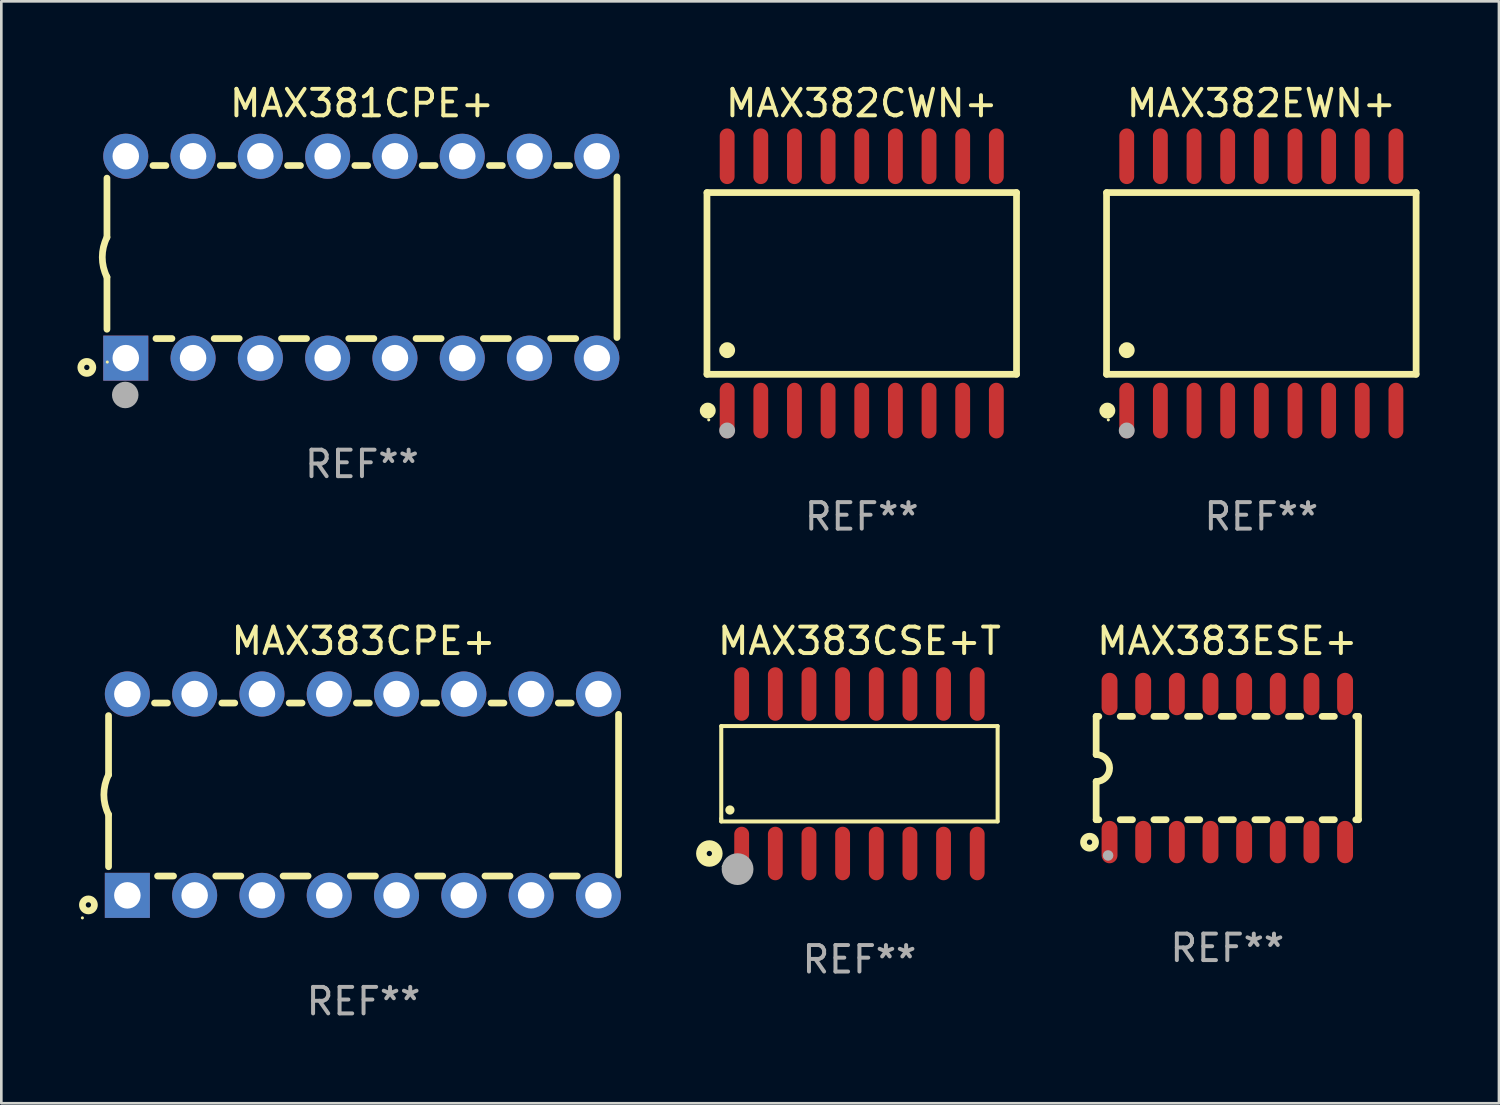
<source format=kicad_pcb>
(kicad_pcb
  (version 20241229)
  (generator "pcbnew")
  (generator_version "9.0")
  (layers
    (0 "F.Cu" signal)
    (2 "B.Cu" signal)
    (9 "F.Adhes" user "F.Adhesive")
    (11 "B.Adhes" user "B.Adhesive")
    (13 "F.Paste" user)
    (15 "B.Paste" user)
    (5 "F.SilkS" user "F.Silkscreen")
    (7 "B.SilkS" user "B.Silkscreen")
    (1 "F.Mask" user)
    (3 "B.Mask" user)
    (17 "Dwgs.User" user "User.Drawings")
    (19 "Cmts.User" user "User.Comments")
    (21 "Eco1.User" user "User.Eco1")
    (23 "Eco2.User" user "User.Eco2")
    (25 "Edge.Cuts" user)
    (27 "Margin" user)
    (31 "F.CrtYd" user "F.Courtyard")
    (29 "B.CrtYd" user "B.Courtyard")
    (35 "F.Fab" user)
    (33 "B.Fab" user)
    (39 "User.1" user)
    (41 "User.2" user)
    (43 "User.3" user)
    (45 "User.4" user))
  (footprint "MAX383CPE+"
    (layer "F.Cu")
    (at 10.672 26.945)
    (property "Reference" "MAX383CPE+" (at 0 -5.8 0) (layer "F.SilkS") (effects (font (size 1 1) (thickness 0.15))))
    (attr through_hole)
    (fp_line (start -9.625 -0.75) (end -9.625 -2.985) (stroke (width 0.254) (type solid)) (layer "F.SilkS"))
    (fp_line (start -9.625 0.749) (end -9.625 2.719) (stroke (width 0.254) (type solid)) (layer "F.SilkS"))
    (fp_line (start -7.889 -3.46) (end -7.401 -3.46) (stroke (width 0.254) (type solid)) (layer "F.SilkS"))
    (fp_line (start -7.775 3.07) (end -7.172 3.07) (stroke (width 0.254) (type solid)) (layer "F.SilkS"))
    (fp_line (start -5.578 3.07) (end -4.632 3.07) (stroke (width 0.254) (type solid)) (layer "F.SilkS"))
    (fp_line (start -5.349 -3.46) (end -4.861 -3.46) (stroke (width 0.254) (type solid)) (layer "F.SilkS"))
    (fp_line (start -3.038 3.07) (end -2.092 3.07) (stroke (width 0.254) (type solid)) (layer "F.SilkS"))
    (fp_line (start -2.809 -3.46) (end -2.321 -3.46) (stroke (width 0.254) (type solid)) (layer "F.SilkS"))
    (fp_line (start -0.498 3.07) (end 0.448 3.07) (stroke (width 0.254) (type solid)) (layer "F.SilkS"))
    (fp_line (start -0.269 -3.46) (end 0.219 -3.46) (stroke (width 0.254) (type solid)) (layer "F.SilkS"))
    (fp_line (start 2.042 3.07) (end 2.988 3.07) (stroke (width 0.254) (type solid)) (layer "F.SilkS"))
    (fp_line (start 2.271 -3.46) (end 2.759 -3.46) (stroke (width 0.254) (type solid)) (layer "F.SilkS"))
    (fp_line (start 4.582 3.07) (end 5.528 3.07) (stroke (width 0.254) (type solid)) (layer "F.SilkS"))
    (fp_line (start 4.811 -3.46) (end 5.299 -3.46) (stroke (width 0.254) (type solid)) (layer "F.SilkS"))
    (fp_line (start 7.122 3.07) (end 8.068 3.07) (stroke (width 0.254) (type solid)) (layer "F.SilkS"))
    (fp_line (start 7.351 -3.46) (end 7.839 -3.46) (stroke (width 0.254) (type solid)) (layer "F.SilkS"))
    (fp_line (start 9.625 3.032) (end 9.625 -3.032) (stroke (width 0.254) (type solid)) (layer "F.SilkS"))
    (fp_arc (start -9.62498 0.748819) (mid -9.801899 -0.000581) (end -9.625006 -0.749987) (stroke (width 0.254001) (type solid)) (layer "F.SilkS"))
    (fp_circle (center -10.612 4.65) (end -10.582 4.65) (stroke (width 0.06) (type solid)) (fill no) (layer "F.SilkS"))
    (fp_circle (center -10.385 4.16) (end -10.285 4.16) (stroke (width 0.254) (type solid)) (fill no) (layer "F.SilkS"))
    (fp_text user "REF**" (at 0 7.8 0) (layer "F.Fab") (effects (font (size 1 1) (thickness 0.15))))
    (pad "1" thru_hole rect (at -8.915 3.8 90) (size 1.7 1.7) (drill 1) (layers "*.Cu" "*.Mask"))
    (pad "2" thru_hole circle (at -6.375 3.8) (size 1.7 1.7) (drill 1) (layers "*.Cu" "*.Mask"))
    (pad "3" thru_hole circle (at -3.835 3.8) (size 1.7 1.7) (drill 1) (layers "*.Cu" "*.Mask"))
    (pad "4" thru_hole circle (at -1.295 3.8) (size 1.7 1.7) (drill 1) (layers "*.Cu" "*.Mask"))
    (pad "5" thru_hole circle (at 1.245 3.8) (size 1.7 1.7) (drill 1) (layers "*.Cu" "*.Mask"))
    (pad "6" thru_hole circle (at 3.785 3.8) (size 1.7 1.7) (drill 1) (layers "*.Cu" "*.Mask"))
    (pad "7" thru_hole circle (at 6.325 3.8) (size 1.7 1.7) (drill 1) (layers "*.Cu" "*.Mask"))
    (pad "8" thru_hole circle (at 8.865 3.8) (size 1.7 1.7) (drill 1) (layers "*.Cu" "*.Mask"))
    (pad "9" thru_hole circle (at 8.865 -3.8) (size 1.7 1.7) (drill 1) (layers "*.Cu" "*.Mask"))
    (pad "10" thru_hole circle (at 6.325 -3.8) (size 1.7 1.7) (drill 1) (layers "*.Cu" "*.Mask"))
    (pad "11" thru_hole circle (at 3.785 -3.8) (size 1.7 1.7) (drill 1) (layers "*.Cu" "*.Mask"))
    (pad "12" thru_hole circle (at 1.245 -3.8) (size 1.7 1.7) (drill 1) (layers "*.Cu" "*.Mask"))
    (pad "13" thru_hole circle (at -1.295 -3.8) (size 1.7 1.7) (drill 1) (layers "*.Cu" "*.Mask"))
    (pad "14" thru_hole circle (at -3.835 -3.8) (size 1.7 1.7) (drill 1) (layers "*.Cu" "*.Mask"))
    (pad "15" thru_hole circle (at -6.375 -3.8) (size 1.7 1.7) (drill 1) (layers "*.Cu" "*.Mask"))
    (pad "16" thru_hole circle (at -8.915 -3.8) (size 1.7 1.7) (drill 1) (layers "*.Cu" "*.Mask")))
  (footprint "MAX382EWN+"
    (layer "F.Cu")
    (at 44.558 7.648)
    (property "Reference" "MAX382EWN+" (at 0 -6.8 0) (layer "F.SilkS") (effects (font (size 1 1) (thickness 0.15))))
    (attr through_hole)
    (fp_line (start -5.842 -3.429) (end -5.842 3.429) (stroke (width 0.254) (type solid)) (layer "F.SilkS"))
    (fp_line (start -5.842 3.429) (end 5.842 3.429) (stroke (width 0.254) (type solid)) (layer "F.SilkS"))
    (fp_line (start 5.842 -3.429) (end -5.842 -3.429) (stroke (width 0.254) (type solid)) (layer "F.SilkS"))
    (fp_line (start 5.842 3.429) (end 5.842 -3.429) (stroke (width 0.254) (type solid)) (layer "F.SilkS"))
    (fp_circle (center -5.812 4.8) (end -5.662 4.8) (stroke (width 0.3) (type solid)) (fill no) (layer "F.SilkS"))
    (fp_circle (center -5.775 5.15) (end -5.745 5.15) (stroke (width 0.06) (type solid)) (fill no) (layer "F.SilkS"))
    (fp_circle (center -5.08 2.519) (end -4.93 2.519) (stroke (width 0.3) (type solid)) (fill no) (layer "F.SilkS"))
    (fp_circle (center -5.08 5.55) (end -4.93 5.55) (stroke (width 0.3) (type solid)) (fill no) (layer "F.Fab"))
    (fp_text user "REF**" (at 0 8.8 0) (layer "F.Fab") (effects (font (size 1 1) (thickness 0.15))))
    (pad "1" smd oval (at -5.08 4.8) (size 0.56 2.1) (layers "F.Cu" "F.Mask" "F.Paste"))
    (pad "2" smd oval (at -3.81 4.8) (size 0.56 2.1) (layers "F.Cu" "F.Mask" "F.Paste"))
    (pad "3" smd oval (at -2.54 4.8) (size 0.56 2.1) (layers "F.Cu" "F.Mask" "F.Paste"))
    (pad "4" smd oval (at -1.27 4.8) (size 0.56 2.1) (layers "F.Cu" "F.Mask" "F.Paste"))
    (pad "5" smd oval (at 0 4.8) (size 0.56 2.1) (layers "F.Cu" "F.Mask" "F.Paste"))
    (pad "6" smd oval (at 1.27 4.8) (size 0.56 2.1) (layers "F.Cu" "F.Mask" "F.Paste"))
    (pad "7" smd oval (at 2.54 4.8) (size 0.56 2.1) (layers "F.Cu" "F.Mask" "F.Paste"))
    (pad "8" smd oval (at 3.81 4.8) (size 0.56 2.1) (layers "F.Cu" "F.Mask" "F.Paste"))
    (pad "9" smd oval (at 5.08 4.8) (size 0.56 2.1) (layers "F.Cu" "F.Mask" "F.Paste"))
    (pad "10" smd oval (at 5.08 -4.8) (size 0.56 2.1) (layers "F.Cu" "F.Mask" "F.Paste"))
    (pad "11" smd oval (at 3.81 -4.8) (size 0.56 2.1) (layers "F.Cu" "F.Mask" "F.Paste"))
    (pad "12" smd oval (at 2.54 -4.8) (size 0.56 2.1) (layers "F.Cu" "F.Mask" "F.Paste"))
    (pad "13" smd oval (at 1.27 -4.8) (size 0.56 2.1) (layers "F.Cu" "F.Mask" "F.Paste"))
    (pad "14" smd oval (at 0 -4.8) (size 0.56 2.1) (layers "F.Cu" "F.Mask" "F.Paste"))
    (pad "15" smd oval (at -1.27 -4.8) (size 0.56 2.1) (layers "F.Cu" "F.Mask" "F.Paste"))
    (pad "16" smd oval (at -2.54 -4.8) (size 0.56 2.1) (layers "F.Cu" "F.Mask" "F.Paste"))
    (pad "17" smd oval (at -3.81 -4.8) (size 0.56 2.1) (layers "F.Cu" "F.Mask" "F.Paste"))
    (pad "18" smd oval (at -5.08 -4.8) (size 0.56 2.1) (layers "F.Cu" "F.Mask" "F.Paste")))
  (footprint "MAX383ESE+"
    (layer "F.Cu")
    (at 43.274 25.939)
    (property "Reference" "MAX383ESE+" (at 0 -4.794 0) (layer "F.SilkS") (effects (font (size 1 1) (thickness 0.15))))
    (attr through_hole)
    (fp_line (start -4.95 -1.95) (end -4.95 -0.508) (stroke (width 0.254) (type solid)) (layer "F.SilkS"))
    (fp_line (start -4.95 -1.95) (end -4.849 -1.95) (stroke (width 0.254) (type solid)) (layer "F.SilkS"))
    (fp_line (start -4.95 1.95) (end -4.95 0.508) (stroke (width 0.254) (type solid)) (layer "F.SilkS"))
    (fp_line (start -4.95 1.95) (end -4.849 1.95) (stroke (width 0.254) (type solid)) (layer "F.SilkS"))
    (fp_line (start -4.041 -1.95) (end -3.579 -1.95) (stroke (width 0.254) (type solid)) (layer "F.SilkS"))
    (fp_line (start -4.041 1.95) (end -3.579 1.95) (stroke (width 0.254) (type solid)) (layer "F.SilkS"))
    (fp_line (start -2.771 -1.95) (end -2.309 -1.95) (stroke (width 0.254) (type solid)) (layer "F.SilkS"))
    (fp_line (start -2.771 1.95) (end -2.309 1.95) (stroke (width 0.254) (type solid)) (layer "F.SilkS"))
    (fp_line (start -1.501 -1.95) (end -1.039 -1.95) (stroke (width 0.254) (type solid)) (layer "F.SilkS"))
    (fp_line (start -1.501 1.95) (end -1.039 1.95) (stroke (width 0.254) (type solid)) (layer "F.SilkS"))
    (fp_line (start -0.231 -1.95) (end 0.231 -1.95) (stroke (width 0.254) (type solid)) (layer "F.SilkS"))
    (fp_line (start -0.231 1.95) (end 0.231 1.95) (stroke (width 0.254) (type solid)) (layer "F.SilkS"))
    (fp_line (start 1.039 -1.95) (end 1.501 -1.95) (stroke (width 0.254) (type solid)) (layer "F.SilkS"))
    (fp_line (start 1.039 1.95) (end 1.501 1.95) (stroke (width 0.254) (type solid)) (layer "F.SilkS"))
    (fp_line (start 2.309 -1.95) (end 2.771 -1.95) (stroke (width 0.254) (type solid)) (layer "F.SilkS"))
    (fp_line (start 2.309 1.95) (end 2.771 1.95) (stroke (width 0.254) (type solid)) (layer "F.SilkS"))
    (fp_line (start 3.579 -1.95) (end 4.041 -1.95) (stroke (width 0.254) (type solid)) (layer "F.SilkS"))
    (fp_line (start 3.579 1.95) (end 4.041 1.95) (stroke (width 0.254) (type solid)) (layer "F.SilkS"))
    (fp_line (start 4.849 -1.95) (end 4.95 -1.95) (stroke (width 0.254) (type solid)) (layer "F.SilkS"))
    (fp_line (start 4.849 1.95) (end 4.95 1.95) (stroke (width 0.254) (type solid)) (layer "F.SilkS"))
    (fp_line (start 4.95 -1.95) (end 4.95 1.95) (stroke (width 0.254) (type solid)) (layer "F.SilkS"))
    (fp_arc (start -4.95047 -0.508001) (mid -4.442469 -0.000228) (end -4.950013 0.508001) (stroke (width 0.254001) (type solid)) (layer "F.SilkS"))
    (fp_circle (center -5.2 2.8) (end -5.1 2.8) (stroke (width 0.254) (type solid)) (fill no) (layer "F.SilkS"))
    (fp_circle (center -4.95 2.947) (end -4.92 2.947) (stroke (width 0.06) (type solid)) (fill no) (layer "F.SilkS"))
    (fp_circle (center -4.5 3.3) (end -4.4 3.3) (stroke (width 0.2) (type solid)) (fill no) (layer "F.Fab"))
    (fp_text user "REF**" (at 0 6.794 0) (layer "F.Fab") (effects (font (size 1 1) (thickness 0.15))))
    (pad "1" smd oval (at -4.445 2.794) (size 0.6 1.6) (layers "F.Cu" "F.Mask" "F.Paste"))
    (pad "2" smd oval (at -3.175 2.794) (size 0.6 1.6) (layers "F.Cu" "F.Mask" "F.Paste"))
    (pad "3" smd oval (at -1.905 2.794) (size 0.6 1.6) (layers "F.Cu" "F.Mask" "F.Paste"))
    (pad "4" smd oval (at -0.635 2.794) (size 0.6 1.6) (layers "F.Cu" "F.Mask" "F.Paste"))
    (pad "5" smd oval (at 0.635 2.794) (size 0.6 1.6) (layers "F.Cu" "F.Mask" "F.Paste"))
    (pad "6" smd oval (at 1.905 2.794) (size 0.6 1.6) (layers "F.Cu" "F.Mask" "F.Paste"))
    (pad "7" smd oval (at 3.175 2.794) (size 0.6 1.6) (layers "F.Cu" "F.Mask" "F.Paste"))
    (pad "8" smd oval (at 4.445 2.794) (size 0.6 1.6) (layers "F.Cu" "F.Mask" "F.Paste"))
    (pad "9" smd oval (at 4.445 -2.794) (size 0.6 1.6) (layers "F.Cu" "F.Mask" "F.Paste"))
    (pad "10" smd oval (at 3.175 -2.794) (size 0.6 1.6) (layers "F.Cu" "F.Mask" "F.Paste"))
    (pad "11" smd oval (at 1.905 -2.794) (size 0.6 1.6) (layers "F.Cu" "F.Mask" "F.Paste"))
    (pad "12" smd oval (at 0.635 -2.794) (size 0.6 1.6) (layers "F.Cu" "F.Mask" "F.Paste"))
    (pad "13" smd oval (at -0.635 -2.794) (size 0.6 1.6) (layers "F.Cu" "F.Mask" "F.Paste"))
    (pad "14" smd oval (at -1.905 -2.794) (size 0.6 1.6) (layers "F.Cu" "F.Mask" "F.Paste"))
    (pad "15" smd oval (at -3.175 -2.794) (size 0.6 1.6) (layers "F.Cu" "F.Mask" "F.Paste"))
    (pad "16" smd oval (at -4.445 -2.794) (size 0.6 1.6) (layers "F.Cu" "F.Mask" "F.Paste")))
  (footprint "MAX382CWN+"
    (layer "F.Cu")
    (at 29.476 7.648)
    (property "Reference" "MAX382CWN+" (at 0 -6.8 0) (layer "F.SilkS") (effects (font (size 1 1) (thickness 0.15))))
    (attr through_hole)
    (fp_line (start -5.842 -3.429) (end -5.842 3.429) (stroke (width 0.254) (type solid)) (layer "F.SilkS"))
    (fp_line (start -5.842 3.429) (end 5.842 3.429) (stroke (width 0.254) (type solid)) (layer "F.SilkS"))
    (fp_line (start 5.842 -3.429) (end -5.842 -3.429) (stroke (width 0.254) (type solid)) (layer "F.SilkS"))
    (fp_line (start 5.842 3.429) (end 5.842 -3.429) (stroke (width 0.254) (type solid)) (layer "F.SilkS"))
    (fp_circle (center -5.812 4.8) (end -5.662 4.8) (stroke (width 0.3) (type solid)) (fill no) (layer "F.SilkS"))
    (fp_circle (center -5.775 5.15) (end -5.745 5.15) (stroke (width 0.06) (type solid)) (fill no) (layer "F.SilkS"))
    (fp_circle (center -5.08 2.519) (end -4.93 2.519) (stroke (width 0.3) (type solid)) (fill no) (layer "F.SilkS"))
    (fp_circle (center -5.08 5.55) (end -4.93 5.55) (stroke (width 0.3) (type solid)) (fill no) (layer "F.Fab"))
    (fp_text user "REF**" (at 0 8.8 0) (layer "F.Fab") (effects (font (size 1 1) (thickness 0.15))))
    (pad "1" smd oval (at -5.08 4.8) (size 0.56 2.1) (layers "F.Cu" "F.Mask" "F.Paste"))
    (pad "2" smd oval (at -3.81 4.8) (size 0.56 2.1) (layers "F.Cu" "F.Mask" "F.Paste"))
    (pad "3" smd oval (at -2.54 4.8) (size 0.56 2.1) (layers "F.Cu" "F.Mask" "F.Paste"))
    (pad "4" smd oval (at -1.27 4.8) (size 0.56 2.1) (layers "F.Cu" "F.Mask" "F.Paste"))
    (pad "5" smd oval (at 0 4.8) (size 0.56 2.1) (layers "F.Cu" "F.Mask" "F.Paste"))
    (pad "6" smd oval (at 1.27 4.8) (size 0.56 2.1) (layers "F.Cu" "F.Mask" "F.Paste"))
    (pad "7" smd oval (at 2.54 4.8) (size 0.56 2.1) (layers "F.Cu" "F.Mask" "F.Paste"))
    (pad "8" smd oval (at 3.81 4.8) (size 0.56 2.1) (layers "F.Cu" "F.Mask" "F.Paste"))
    (pad "9" smd oval (at 5.08 4.8) (size 0.56 2.1) (layers "F.Cu" "F.Mask" "F.Paste"))
    (pad "10" smd oval (at 5.08 -4.8) (size 0.56 2.1) (layers "F.Cu" "F.Mask" "F.Paste"))
    (pad "11" smd oval (at 3.81 -4.8) (size 0.56 2.1) (layers "F.Cu" "F.Mask" "F.Paste"))
    (pad "12" smd oval (at 2.54 -4.8) (size 0.56 2.1) (layers "F.Cu" "F.Mask" "F.Paste"))
    (pad "13" smd oval (at 1.27 -4.8) (size 0.56 2.1) (layers "F.Cu" "F.Mask" "F.Paste"))
    (pad "14" smd oval (at 0 -4.8) (size 0.56 2.1) (layers "F.Cu" "F.Mask" "F.Paste"))
    (pad "15" smd oval (at -1.27 -4.8) (size 0.56 2.1) (layers "F.Cu" "F.Mask" "F.Paste"))
    (pad "16" smd oval (at -2.54 -4.8) (size 0.56 2.1) (layers "F.Cu" "F.Mask" "F.Paste"))
    (pad "17" smd oval (at -3.81 -4.8) (size 0.56 2.1) (layers "F.Cu" "F.Mask" "F.Paste"))
    (pad "18" smd oval (at -5.08 -4.8) (size 0.56 2.1) (layers "F.Cu" "F.Mask" "F.Paste")))
  (footprint "MAX381CPE+"
    (layer "F.Cu")
    (at 10.612 6.658)
    (property "Reference" "MAX381CPE+" (at 0 -5.81 0) (layer "F.SilkS") (effects (font (size 1 1) (thickness 0.15))))
    (attr through_hole)
    (fp_line (start -9.625 -0.75) (end -9.625 -2.985) (stroke (width 0.254) (type solid)) (layer "F.SilkS"))
    (fp_line (start -9.625 0.749) (end -9.625 2.719) (stroke (width 0.254) (type solid)) (layer "F.SilkS"))
    (fp_line (start -7.889 -3.46) (end -7.401 -3.46) (stroke (width 0.254) (type solid)) (layer "F.SilkS"))
    (fp_line (start -7.775 3.07) (end -7.172 3.07) (stroke (width 0.254) (type solid)) (layer "F.SilkS"))
    (fp_line (start -5.578 3.07) (end -4.632 3.07) (stroke (width 0.254) (type solid)) (layer "F.SilkS"))
    (fp_line (start -5.349 -3.46) (end -4.861 -3.46) (stroke (width 0.254) (type solid)) (layer "F.SilkS"))
    (fp_line (start -3.038 3.07) (end -2.092 3.07) (stroke (width 0.254) (type solid)) (layer "F.SilkS"))
    (fp_line (start -2.809 -3.46) (end -2.321 -3.46) (stroke (width 0.254) (type solid)) (layer "F.SilkS"))
    (fp_line (start -0.498 3.07) (end 0.448 3.07) (stroke (width 0.254) (type solid)) (layer "F.SilkS"))
    (fp_line (start -0.269 -3.46) (end 0.219 -3.46) (stroke (width 0.254) (type solid)) (layer "F.SilkS"))
    (fp_line (start 2.042 3.07) (end 2.988 3.07) (stroke (width 0.254) (type solid)) (layer "F.SilkS"))
    (fp_line (start 2.271 -3.46) (end 2.759 -3.46) (stroke (width 0.254) (type solid)) (layer "F.SilkS"))
    (fp_line (start 4.582 3.07) (end 5.528 3.07) (stroke (width 0.254) (type solid)) (layer "F.SilkS"))
    (fp_line (start 4.811 -3.46) (end 5.299 -3.46) (stroke (width 0.254) (type solid)) (layer "F.SilkS"))
    (fp_line (start 7.122 3.07) (end 8.068 3.07) (stroke (width 0.254) (type solid)) (layer "F.SilkS"))
    (fp_line (start 7.351 -3.46) (end 7.839 -3.46) (stroke (width 0.254) (type solid)) (layer "F.SilkS"))
    (fp_line (start 9.625 3.032) (end 9.625 -3.032) (stroke (width 0.254) (type solid)) (layer "F.SilkS"))
    (fp_arc (start -9.62498 0.748819) (mid -9.801899 -0.000581) (end -9.625006 -0.749987) (stroke (width 0.254001) (type solid)) (layer "F.SilkS"))
    (fp_circle (center -10.385 4.16) (end -10.285 4.16) (stroke (width 0.254) (type solid)) (fill no) (layer "F.SilkS"))
    (fp_circle (center -9.612 3.957) (end -9.582 3.957) (stroke (width 0.06) (type solid)) (fill no) (layer "F.SilkS"))
    (fp_circle (center -8.935 5.2) (end -8.685 5.2) (stroke (width 0.5) (type solid)) (fill no) (layer "F.Fab"))
    (fp_text user "REF**" (at 0 7.81 0) (layer "F.Fab") (effects (font (size 1 1) (thickness 0.15))))
    (pad "1" thru_hole rect (at -8.915 3.81) (size 1.7 1.7) (drill 1) (layers "*.Cu" "*.Mask"))
    (pad "2" thru_hole circle (at -6.375 3.81) (size 1.7 1.7) (drill 1) (layers "*.Cu" "*.Mask"))
    (pad "3" thru_hole circle (at -3.835 3.81) (size 1.7 1.7) (drill 1) (layers "*.Cu" "*.Mask"))
    (pad "4" thru_hole circle (at -1.295 3.81) (size 1.7 1.7) (drill 1) (layers "*.Cu" "*.Mask"))
    (pad "5" thru_hole circle (at 1.245 3.81) (size 1.7 1.7) (drill 1) (layers "*.Cu" "*.Mask"))
    (pad "6" thru_hole circle (at 3.785 3.81) (size 1.7 1.7) (drill 1) (layers "*.Cu" "*.Mask"))
    (pad "7" thru_hole circle (at 6.325 3.81) (size 1.7 1.7) (drill 1) (layers "*.Cu" "*.Mask"))
    (pad "8" thru_hole circle (at 8.865 3.81) (size 1.7 1.7) (drill 1) (layers "*.Cu" "*.Mask"))
    (pad "9" thru_hole circle (at 8.865 -3.81) (size 1.7 1.7) (drill 1) (layers "*.Cu" "*.Mask"))
    (pad "10" thru_hole circle (at 6.325 -3.81) (size 1.7 1.7) (drill 1) (layers "*.Cu" "*.Mask"))
    (pad "11" thru_hole circle (at 3.785 -3.81) (size 1.7 1.7) (drill 1) (layers "*.Cu" "*.Mask"))
    (pad "12" thru_hole circle (at 1.245 -3.81) (size 1.7 1.7) (drill 1) (layers "*.Cu" "*.Mask"))
    (pad "13" thru_hole circle (at -1.295 -3.81) (size 1.7 1.7) (drill 1) (layers "*.Cu" "*.Mask"))
    (pad "14" thru_hole circle (at -3.835 -3.81) (size 1.7 1.7) (drill 1) (layers "*.Cu" "*.Mask"))
    (pad "15" thru_hole circle (at -6.375 -3.81) (size 1.7 1.7) (drill 1) (layers "*.Cu" "*.Mask"))
    (pad "16" thru_hole circle (at -8.915 -3.81) (size 1.7 1.7) (drill 1) (layers "*.Cu" "*.Mask")))
  (footprint "MAX383CSE+T"
    (layer "F.Cu")
    (at 29.389 26.155)
    (property "Reference" "MAX383CSE+T" (at 0 -5.01 0) (layer "F.SilkS") (effects (font (size 1 1) (thickness 0.15))))
    (attr through_hole)
    (fp_line (start -5.216 -1.8) (end 5.216 -1.8) (stroke (width 0.152) (type solid)) (layer "F.SilkS"))
    (fp_line (start -5.216 1.695) (end -5.216 -1.8) (stroke (width 0.152) (type solid)) (layer "F.SilkS"))
    (fp_line (start -5.216 1.8) (end -5.216 1.695) (stroke (width 0.152) (type solid)) (layer "F.SilkS"))
    (fp_line (start 5.216 -1.8) (end 5.216 1.8) (stroke (width 0.152) (type solid)) (layer "F.SilkS"))
    (fp_line (start 5.216 1.8) (end -5.216 1.8) (stroke (width 0.152) (type solid)) (layer "F.SilkS"))
    (fp_circle (center -5.665 3.01) (end -5.565 3.01) (stroke (width 0.4) (type solid)) (fill no) (layer "F.SilkS"))
    (fp_circle (center -5.14 3.5) (end -5.11 3.5) (stroke (width 0.06) (type solid)) (fill no) (layer "F.SilkS"))
    (fp_circle (center -4.889 1.368) (end -4.801 1.368) (stroke (width 0.175) (type solid)) (fill no) (layer "F.SilkS"))
    (fp_circle (center -4.6 3.6) (end -4.3 3.6) (stroke (width 0.6) (type solid)) (fill no) (layer "F.Fab"))
    (fp_text user "REF**" (at 0 7.01 0) (layer "F.Fab") (effects (font (size 1 1) (thickness 0.15))))
    (pad "1" smd oval (at -4.445 3.01) (size 0.56 2.02) (layers "F.Cu" "F.Mask" "F.Paste"))
    (pad "2" smd oval (at -3.175 3.01) (size 0.56 2.02) (layers "F.Cu" "F.Mask" "F.Paste"))
    (pad "3" smd oval (at -1.905 3.01) (size 0.56 2.02) (layers "F.Cu" "F.Mask" "F.Paste"))
    (pad "4" smd oval (at -0.635 3.01) (size 0.56 2.02) (layers "F.Cu" "F.Mask" "F.Paste"))
    (pad "5" smd oval (at 0.635 3.01) (size 0.56 2.02) (layers "F.Cu" "F.Mask" "F.Paste"))
    (pad "6" smd oval (at 1.905 3.01) (size 0.56 2.02) (layers "F.Cu" "F.Mask" "F.Paste"))
    (pad "7" smd oval (at 3.175 3.01) (size 0.56 2.02) (layers "F.Cu" "F.Mask" "F.Paste"))
    (pad "8" smd oval (at 4.445 3.01) (size 0.56 2.02) (layers "F.Cu" "F.Mask" "F.Paste"))
    (pad "9" smd oval (at 4.445 -3.01) (size 0.56 2.02) (layers "F.Cu" "F.Mask" "F.Paste"))
    (pad "10" smd oval (at 3.175 -3.01) (size 0.56 2.02) (layers "F.Cu" "F.Mask" "F.Paste"))
    (pad "11" smd oval (at 1.905 -3.01) (size 0.56 2.02) (layers "F.Cu" "F.Mask" "F.Paste"))
    (pad "12" smd oval (at 0.635 -3.01) (size 0.56 2.02) (layers "F.Cu" "F.Mask" "F.Paste"))
    (pad "13" smd oval (at -0.635 -3.01) (size 0.56 2.02) (layers "F.Cu" "F.Mask" "F.Paste"))
    (pad "14" smd oval (at -1.905 -3.01) (size 0.56 2.02) (layers "F.Cu" "F.Mask" "F.Paste"))
    (pad "15" smd oval (at -3.175 -3.01) (size 0.56 2.02) (layers "F.Cu" "F.Mask" "F.Paste"))
    (pad "16" smd oval (at -4.445 -3.01) (size 0.56 2.02) (layers "F.Cu" "F.Mask" "F.Paste")))
  (gr_rect
    (start -3 -3)
    (end 53.527 38.593)
    (stroke (width 0.1) (type default))
    (fill no)
    (layer "Edge.Cuts")))
</source>
